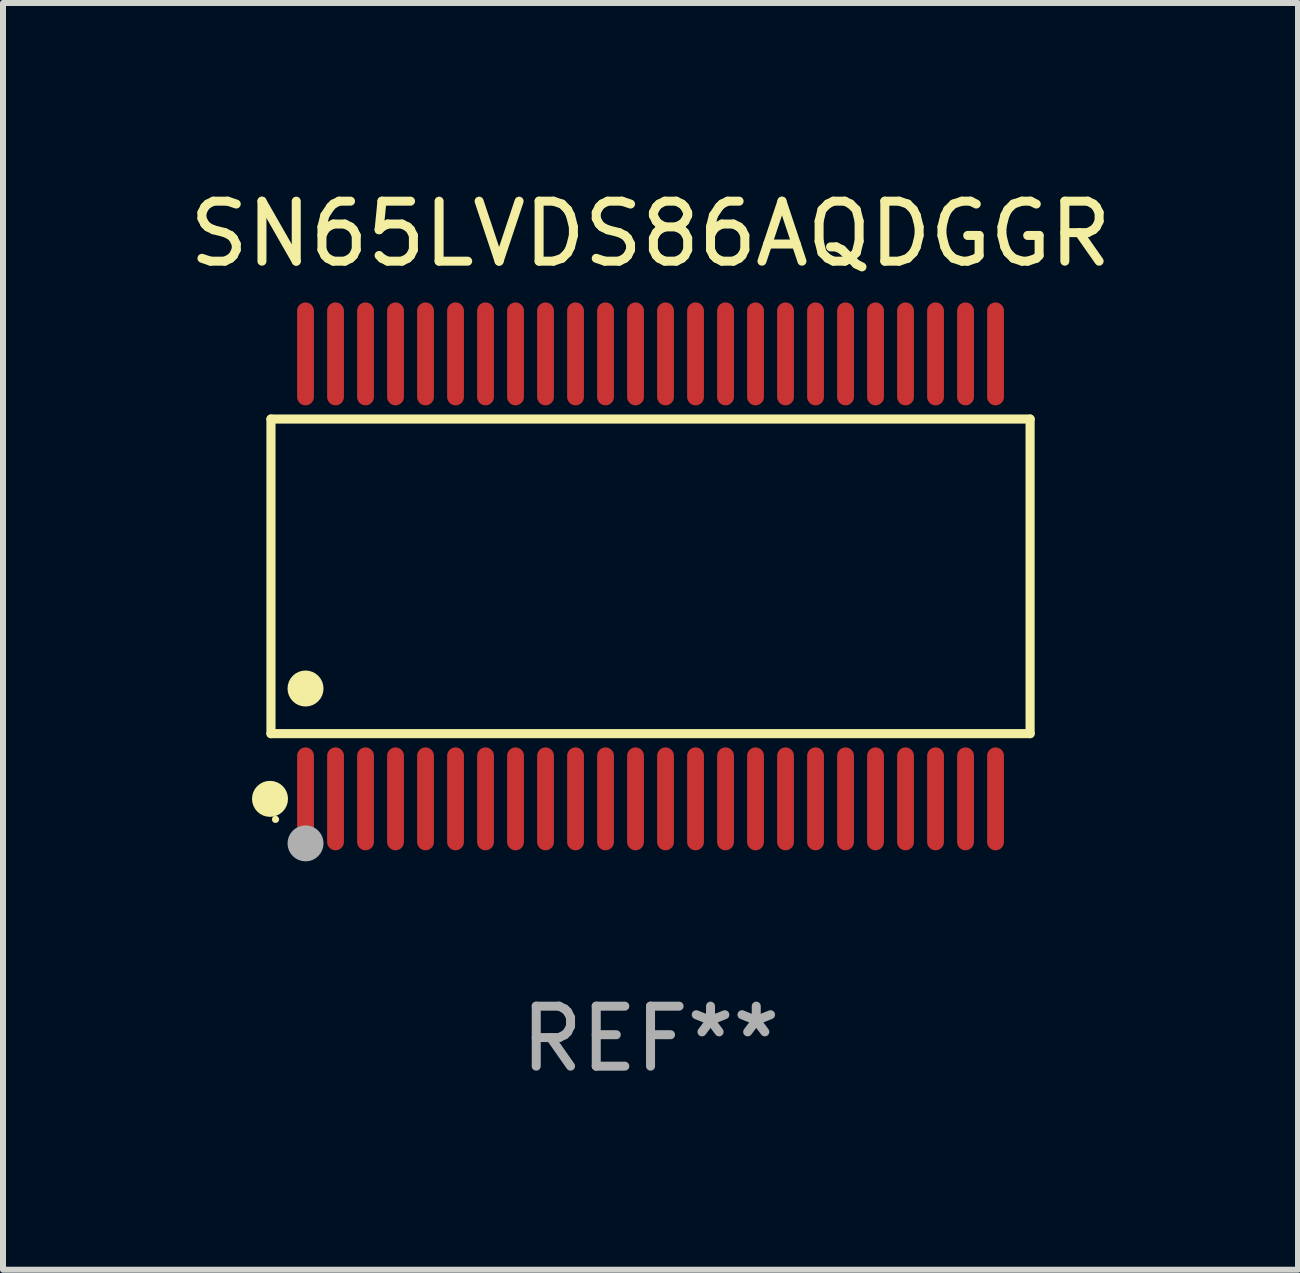
<source format=kicad_pcb>
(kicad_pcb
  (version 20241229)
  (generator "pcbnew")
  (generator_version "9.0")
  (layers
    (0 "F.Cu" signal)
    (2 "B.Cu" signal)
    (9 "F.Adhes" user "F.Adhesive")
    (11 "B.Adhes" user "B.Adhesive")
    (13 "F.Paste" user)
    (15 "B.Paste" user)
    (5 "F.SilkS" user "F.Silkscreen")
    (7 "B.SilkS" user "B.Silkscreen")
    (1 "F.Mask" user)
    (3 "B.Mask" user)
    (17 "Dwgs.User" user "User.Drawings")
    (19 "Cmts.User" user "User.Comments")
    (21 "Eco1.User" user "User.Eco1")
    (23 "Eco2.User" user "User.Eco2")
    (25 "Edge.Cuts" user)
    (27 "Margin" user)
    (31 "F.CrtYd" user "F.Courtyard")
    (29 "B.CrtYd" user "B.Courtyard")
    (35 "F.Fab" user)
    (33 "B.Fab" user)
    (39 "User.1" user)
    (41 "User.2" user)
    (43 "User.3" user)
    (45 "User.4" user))
  (footprint "SN65LVDS86AQDGGR"
    (layer "F.Cu")
    (at 7.792 6.556)
    (property "Reference" "SN65LVDS86AQDGGR" (at 0 -5.708 0) (layer "F.SilkS") (effects (font (size 1 1) (thickness 0.15))))
    (attr through_hole)
    (fp_line (start -6.326 -2.622) (end 6.326 -2.622) (stroke (width 0.152) (type solid)) (layer "F.SilkS"))
    (fp_line (start -6.326 2.621) (end -6.326 -2.622) (stroke (width 0.152) (type solid)) (layer "F.SilkS"))
    (fp_line (start 6.326 -2.622) (end 6.326 2.621) (stroke (width 0.152) (type solid)) (layer "F.SilkS"))
    (fp_line (start 6.326 2.621) (end -6.326 2.621) (stroke (width 0.152) (type solid)) (layer "F.SilkS"))
    (fp_circle (center -6.342 3.708) (end -6.192 3.708) (stroke (width 0.3) (type solid)) (fill no) (layer "F.SilkS"))
    (fp_circle (center -6.25 4.05) (end -6.22 4.05) (stroke (width 0.06) (type solid)) (fill no) (layer "F.SilkS"))
    (fp_circle (center -5.75 1.869) (end -5.6 1.869) (stroke (width 0.3) (type solid)) (fill no) (layer "F.SilkS"))
    (fp_circle (center -5.75 4.45) (end -5.6 4.45) (stroke (width 0.3) (type solid)) (fill no) (layer "F.Fab"))
    (fp_text user "REF**" (at 0 7.708 0) (layer "F.Fab") (effects (font (size 1 1) (thickness 0.15))))
    (pad "1" smd oval (at -5.75 3.708) (size 0.28 1.715) (layers "F.Cu" "F.Mask" "F.Paste"))
    (pad "2" smd oval (at -5.25 3.708) (size 0.28 1.715) (layers "F.Cu" "F.Mask" "F.Paste"))
    (pad "3" smd oval (at -4.75 3.708) (size 0.28 1.715) (layers "F.Cu" "F.Mask" "F.Paste"))
    (pad "4" smd oval (at -4.25 3.708) (size 0.28 1.715) (layers "F.Cu" "F.Mask" "F.Paste"))
    (pad "5" smd oval (at -3.75 3.708) (size 0.28 1.715) (layers "F.Cu" "F.Mask" "F.Paste"))
    (pad "6" smd oval (at -3.25 3.708) (size 0.28 1.715) (layers "F.Cu" "F.Mask" "F.Paste"))
    (pad "7" smd oval (at -2.75 3.708) (size 0.28 1.715) (layers "F.Cu" "F.Mask" "F.Paste"))
    (pad "8" smd oval (at -2.25 3.708) (size 0.28 1.715) (layers "F.Cu" "F.Mask" "F.Paste"))
    (pad "9" smd oval (at -1.75 3.708) (size 0.28 1.715) (layers "F.Cu" "F.Mask" "F.Paste"))
    (pad "10" smd oval (at -1.25 3.708) (size 0.28 1.715) (layers "F.Cu" "F.Mask" "F.Paste"))
    (pad "11" smd oval (at -0.75 3.708) (size 0.28 1.715) (layers "F.Cu" "F.Mask" "F.Paste"))
    (pad "12" smd oval (at -0.25 3.708) (size 0.28 1.715) (layers "F.Cu" "F.Mask" "F.Paste"))
    (pad "13" smd oval (at 0.25 3.708) (size 0.28 1.715) (layers "F.Cu" "F.Mask" "F.Paste"))
    (pad "14" smd oval (at 0.75 3.708) (size 0.28 1.715) (layers "F.Cu" "F.Mask" "F.Paste"))
    (pad "15" smd oval (at 1.25 3.708) (size 0.28 1.715) (layers "F.Cu" "F.Mask" "F.Paste"))
    (pad "16" smd oval (at 1.75 3.708) (size 0.28 1.715) (layers "F.Cu" "F.Mask" "F.Paste"))
    (pad "17" smd oval (at 2.25 3.708) (size 0.28 1.715) (layers "F.Cu" "F.Mask" "F.Paste"))
    (pad "18" smd oval (at 2.75 3.708) (size 0.28 1.715) (layers "F.Cu" "F.Mask" "F.Paste"))
    (pad "19" smd oval (at 3.25 3.708) (size 0.28 1.715) (layers "F.Cu" "F.Mask" "F.Paste"))
    (pad "20" smd oval (at 3.75 3.708) (size 0.28 1.715) (layers "F.Cu" "F.Mask" "F.Paste"))
    (pad "21" smd oval (at 4.25 3.708) (size 0.28 1.715) (layers "F.Cu" "F.Mask" "F.Paste"))
    (pad "22" smd oval (at 4.75 3.708) (size 0.28 1.715) (layers "F.Cu" "F.Mask" "F.Paste"))
    (pad "23" smd oval (at 5.25 3.708) (size 0.28 1.715) (layers "F.Cu" "F.Mask" "F.Paste"))
    (pad "24" smd oval (at 5.75 3.708) (size 0.28 1.715) (layers "F.Cu" "F.Mask" "F.Paste"))
    (pad "25" smd oval (at 5.75 -3.708) (size 0.28 1.715) (layers "F.Cu" "F.Mask" "F.Paste"))
    (pad "26" smd oval (at 5.25 -3.708) (size 0.28 1.715) (layers "F.Cu" "F.Mask" "F.Paste"))
    (pad "27" smd oval (at 4.75 -3.708) (size 0.28 1.715) (layers "F.Cu" "F.Mask" "F.Paste"))
    (pad "28" smd oval (at 4.25 -3.708) (size 0.28 1.715) (layers "F.Cu" "F.Mask" "F.Paste"))
    (pad "29" smd oval (at 3.75 -3.708) (size 0.28 1.715) (layers "F.Cu" "F.Mask" "F.Paste"))
    (pad "30" smd oval (at 3.25 -3.708) (size 0.28 1.715) (layers "F.Cu" "F.Mask" "F.Paste"))
    (pad "31" smd oval (at 2.75 -3.708) (size 0.28 1.715) (layers "F.Cu" "F.Mask" "F.Paste"))
    (pad "32" smd oval (at 2.25 -3.708) (size 0.28 1.715) (layers "F.Cu" "F.Mask" "F.Paste"))
    (pad "33" smd oval (at 1.75 -3.708) (size 0.28 1.715) (layers "F.Cu" "F.Mask" "F.Paste"))
    (pad "34" smd oval (at 1.25 -3.708) (size 0.28 1.715) (layers "F.Cu" "F.Mask" "F.Paste"))
    (pad "35" smd oval (at 0.75 -3.708) (size 0.28 1.715) (layers "F.Cu" "F.Mask" "F.Paste"))
    (pad "36" smd oval (at 0.25 -3.708) (size 0.28 1.715) (layers "F.Cu" "F.Mask" "F.Paste"))
    (pad "37" smd oval (at -0.25 -3.708) (size 0.28 1.715) (layers "F.Cu" "F.Mask" "F.Paste"))
    (pad "38" smd oval (at -0.75 -3.708) (size 0.28 1.715) (layers "F.Cu" "F.Mask" "F.Paste"))
    (pad "39" smd oval (at -1.25 -3.708) (size 0.28 1.715) (layers "F.Cu" "F.Mask" "F.Paste"))
    (pad "40" smd oval (at -1.75 -3.708) (size 0.28 1.715) (layers "F.Cu" "F.Mask" "F.Paste"))
    (pad "41" smd oval (at -2.25 -3.708) (size 0.28 1.715) (layers "F.Cu" "F.Mask" "F.Paste"))
    (pad "42" smd oval (at -2.75 -3.708) (size 0.28 1.715) (layers "F.Cu" "F.Mask" "F.Paste"))
    (pad "43" smd oval (at -3.25 -3.708) (size 0.28 1.715) (layers "F.Cu" "F.Mask" "F.Paste"))
    (pad "44" smd oval (at -3.75 -3.708) (size 0.28 1.715) (layers "F.Cu" "F.Mask" "F.Paste"))
    (pad "45" smd oval (at -4.25 -3.708) (size 0.28 1.715) (layers "F.Cu" "F.Mask" "F.Paste"))
    (pad "46" smd oval (at -4.75 -3.708) (size 0.28 1.715) (layers "F.Cu" "F.Mask" "F.Paste"))
    (pad "47" smd oval (at -5.25 -3.708) (size 0.28 1.715) (layers "F.Cu" "F.Mask" "F.Paste"))
    (pad "48" smd oval (at -5.75 -3.708) (size 0.28 1.715) (layers "F.Cu" "F.Mask" "F.Paste")))
  (gr_rect
    (start -3 -3)
    (end 18.583 18.112)
    (stroke (width 0.1) (type default))
    (fill no)
    (layer "Edge.Cuts")))
</source>
